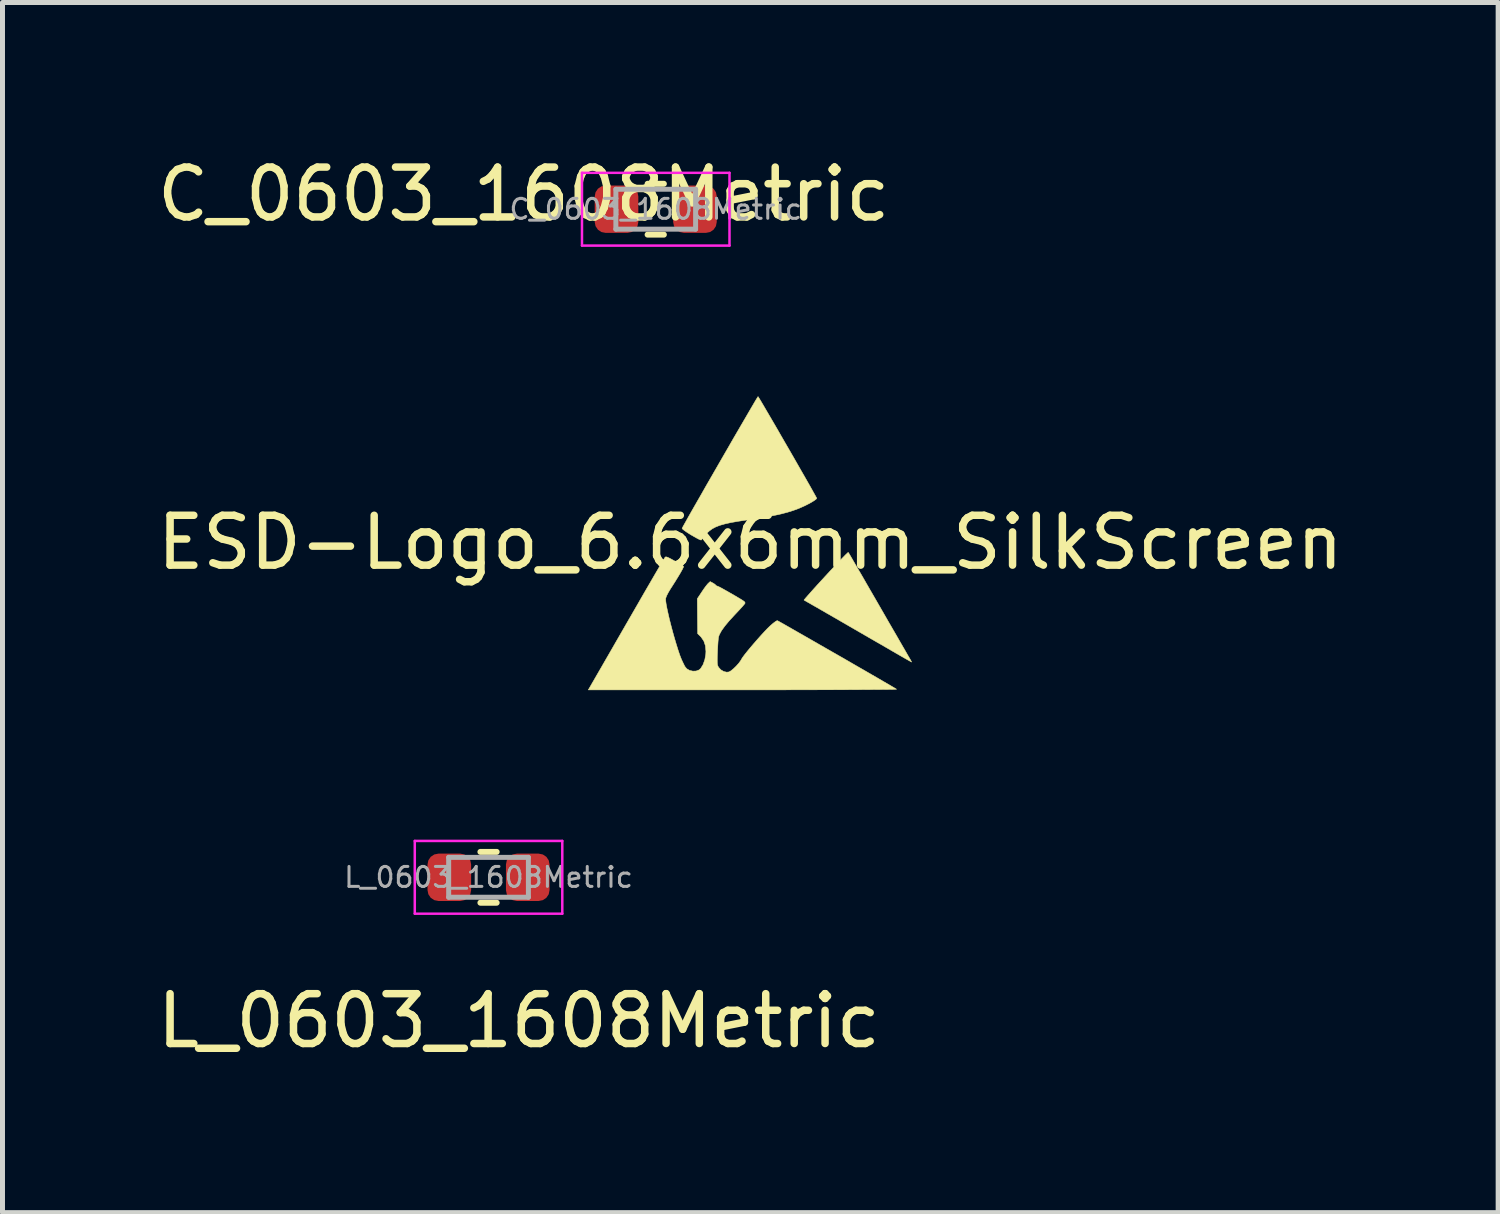
<source format=kicad_pcb>
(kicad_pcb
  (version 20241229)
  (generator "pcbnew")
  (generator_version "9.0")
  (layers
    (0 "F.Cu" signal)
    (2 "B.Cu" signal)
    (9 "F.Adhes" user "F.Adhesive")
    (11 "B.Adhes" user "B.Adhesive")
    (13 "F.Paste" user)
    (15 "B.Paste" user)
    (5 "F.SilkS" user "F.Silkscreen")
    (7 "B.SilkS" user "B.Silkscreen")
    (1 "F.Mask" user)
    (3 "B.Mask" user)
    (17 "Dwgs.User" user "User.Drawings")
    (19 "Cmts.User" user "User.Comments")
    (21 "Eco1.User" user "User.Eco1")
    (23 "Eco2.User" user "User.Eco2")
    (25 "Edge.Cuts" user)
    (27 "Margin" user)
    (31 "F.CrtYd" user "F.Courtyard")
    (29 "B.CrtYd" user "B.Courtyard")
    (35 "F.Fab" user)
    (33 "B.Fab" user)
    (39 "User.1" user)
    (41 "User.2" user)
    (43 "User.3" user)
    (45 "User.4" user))
  (footprint "ESD-Logo_6.6x6mm_SilkScreen"
    (layer "F.Cu")
    (at 12.006 7.835)
    (property "Reference" "ESD-Logo_6.6x6mm_SilkScreen" (at 0 0 0) (layer "F.SilkS") (effects (font (size 1 1) (thickness 0.15))))
    (attr exclude_from_pos_files exclude_from_bom)
    (fp_poly (pts (xy 1.988 0.235) (xy 1.999 0.254) (xy 2.024 0.297) (xy 2.063 0.364) (xy 2.113 0.45) (xy 2.174 0.555) (xy 2.244 0.675) (xy 2.321 0.809) (xy 2.405 0.955) (xy 2.495 1.11) (xy 2.587 1.27) (xy 2.681 1.433) (xy 2.771 1.59) (xy 2.857 1.738) (xy 2.936 1.874) (xy 3.007 1.998) (xy 3.069 2.105) (xy 3.121 2.195) (xy 3.161 2.265) (xy 3.189 2.313) (xy 3.202 2.335) (xy 3.223 2.372) (xy 3.234 2.396) (xy 3.235 2.4) (xy 3.221 2.392) (xy 3.182 2.37) (xy 3.12 2.335) (xy 3.038 2.288) (xy 2.937 2.23) (xy 2.82 2.162) (xy 2.688 2.085) (xy 2.543 2.002) (xy 2.387 1.912) (xy 2.223 1.817) (xy 2.161 1.781) (xy 1.993 1.684) (xy 1.834 1.592) (xy 1.684 1.505) (xy 1.546 1.426) (xy 1.422 1.354) (xy 1.314 1.292) (xy 1.223 1.24) (xy 1.153 1.2) (xy 1.104 1.172) (xy 1.08 1.158) (xy 1.077 1.157) (xy 1.085 1.145) (xy 1.111 1.114) (xy 1.153 1.066) (xy 1.208 1.004) (xy 1.274 0.93) (xy 1.347 0.849) (xy 1.426 0.763) (xy 1.508 0.674) (xy 1.589 0.586) (xy 1.668 0.502) (xy 1.741 0.423) (xy 1.807 0.354) (xy 1.862 0.298) (xy 1.903 0.256) (xy 1.917 0.242) (xy 1.964 0.198) (xy 1.988 0.235)) (stroke (width 0.01) (type solid)) (fill yes) (layer "F.SilkS"))
    (fp_poly (pts (xy 0.164 -2.914) (xy 0.187 -2.877) (xy 0.223 -2.817) (xy 0.269 -2.739) (xy 0.325 -2.643) (xy 0.389 -2.534) (xy 0.46 -2.412) (xy 0.536 -2.282) (xy 0.615 -2.144) (xy 0.697 -2.002) (xy 0.78 -1.859) (xy 0.862 -1.717) (xy 0.942 -1.577) (xy 1.018 -1.444) (xy 1.09 -1.319) (xy 1.155 -1.205) (xy 1.212 -1.105) (xy 1.259 -1.02) (xy 1.296 -0.954) (xy 1.321 -0.909) (xy 1.332 -0.888) (xy 1.332 -0.886) (xy 1.319 -0.868) (xy 1.281 -0.84) (xy 1.224 -0.805) (xy 1.152 -0.766) (xy 1.077 -0.729) (xy 0.975 -0.684) (xy 0.867 -0.644) (xy 0.75 -0.607) (xy 0.621 -0.573) (xy 0.475 -0.541) (xy 0.309 -0.51) (xy 0.119 -0.479) (xy -0.078 -0.45) (xy -0.248 -0.424) (xy -0.391 -0.399) (xy -0.511 -0.372) (xy -0.61 -0.344) (xy -0.693 -0.312) (xy -0.763 -0.275) (xy -0.823 -0.231) (xy -0.878 -0.181) (xy -0.896 -0.162) (xy -0.934 -0.119) (xy -0.962 -0.083) (xy -0.975 -0.062) (xy -0.976 -0.061) (xy -0.98 -0.05) (xy -0.996 -0.05) (xy -1.027 -0.062) (xy -1.075 -0.087) (xy -1.144 -0.126) (xy -1.193 -0.154) (xy -1.264 -0.199) (xy -1.32 -0.237) (xy -1.356 -0.266) (xy -1.369 -0.283) (xy -1.369 -0.283) (xy -1.361 -0.299) (xy -1.339 -0.34) (xy -1.304 -0.402) (xy -1.258 -0.485) (xy -1.201 -0.586) (xy -1.135 -0.702) (xy -1.061 -0.831) (xy -0.98 -0.972) (xy -0.895 -1.122) (xy -0.805 -1.278) (xy -0.713 -1.438) (xy -0.619 -1.601) (xy -0.525 -1.764) (xy -0.432 -1.925) (xy -0.342 -2.082) (xy -0.255 -2.231) (xy -0.173 -2.372) (xy -0.097 -2.502) (xy -0.029 -2.619) (xy 0.03 -2.72) (xy 0.079 -2.804) (xy 0.117 -2.868) (xy 0.143 -2.909) (xy 0.154 -2.927) (xy 0.155 -2.927) (xy 0.164 -2.914)) (stroke (width 0.01) (type solid)) (fill yes) (layer "F.SilkS"))
    (fp_poly (pts (xy -1.678 0.291) (xy -1.645 0.304) (xy -1.596 0.329) (xy -1.525 0.368) (xy -1.519 0.371) (xy -1.454 0.408) (xy -1.398 0.441) (xy -1.359 0.466) (xy -1.34 0.48) (xy -1.339 0.48) (xy -1.344 0.499) (xy -1.365 0.542) (xy -1.4 0.605) (xy -1.449 0.687) (xy -1.509 0.785) (xy -1.581 0.898) (xy -1.599 0.925) (xy -1.645 1.002) (xy -1.679 1.068) (xy -1.697 1.117) (xy -1.699 1.127) (xy -1.698 1.169) (xy -1.689 1.237) (xy -1.672 1.326) (xy -1.649 1.431) (xy -1.622 1.548) (xy -1.59 1.673) (xy -1.556 1.801) (xy -1.52 1.928) (xy -1.484 2.049) (xy -1.449 2.161) (xy -1.416 2.259) (xy -1.385 2.338) (xy -1.364 2.385) (xy -1.34 2.435) (xy -1.316 2.483) (xy -1.315 2.486) (xy -1.276 2.534) (xy -1.22 2.567) (xy -1.154 2.582) (xy -1.088 2.58) (xy -1.029 2.558) (xy -0.996 2.529) (xy -0.948 2.451) (xy -0.913 2.352) (xy -0.894 2.245) (xy -0.891 2.184) (xy -0.902 2.07) (xy -0.934 1.976) (xy -0.989 1.896) (xy -1.006 1.879) (xy -1.057 1.829) (xy -1.061 1.479) (xy -1.064 1.129) (xy -0.975 0.995) (xy -0.933 0.933) (xy -0.893 0.878) (xy -0.86 0.837) (xy -0.846 0.822) (xy -0.806 0.785) (xy -0.751 0.814) (xy -0.717 0.835) (xy -0.698 0.851) (xy -0.697 0.854) (xy -0.684 0.867) (xy -0.662 0.876) (xy -0.641 0.884) (xy -0.608 0.9) (xy -0.562 0.925) (xy -0.498 0.961) (xy -0.415 1.008) (xy -0.309 1.069) (xy -0.252 1.103) (xy -0.184 1.143) (xy -0.14 1.172) (xy -0.115 1.192) (xy -0.106 1.208) (xy -0.107 1.222) (xy -0.109 1.225) (xy -0.125 1.245) (xy -0.158 1.284) (xy -0.205 1.336) (xy -0.262 1.397) (xy -0.311 1.449) (xy -0.425 1.573) (xy -0.514 1.68) (xy -0.579 1.771) (xy -0.621 1.849) (xy -0.635 1.888) (xy -0.641 1.922) (xy -0.647 1.981) (xy -0.652 2.057) (xy -0.657 2.144) (xy -0.659 2.199) (xy -0.663 2.294) (xy -0.664 2.364) (xy -0.663 2.413) (xy -0.66 2.448) (xy -0.653 2.473) (xy -0.644 2.493) (xy -0.636 2.506) (xy -0.592 2.555) (xy -0.534 2.589) (xy -0.474 2.603) (xy -0.429 2.598) (xy -0.388 2.575) (xy -0.337 2.533) (xy -0.283 2.481) (xy -0.233 2.425) (xy -0.194 2.372) (xy -0.179 2.346) (xy -0.158 2.311) (xy -0.118 2.257) (xy -0.065 2.19) (xy -0.001 2.112) (xy 0.07 2.029) (xy 0.144 1.944) (xy 0.218 1.861) (xy 0.288 1.785) (xy 0.35 1.72) (xy 0.399 1.673) (xy 0.454 1.625) (xy 0.5 1.59) (xy 0.532 1.571) (xy 0.542 1.569) (xy 0.559 1.577) (xy 0.6 1.6) (xy 0.663 1.635) (xy 0.745 1.682) (xy 0.845 1.739) (xy 0.96 1.805) (xy 1.088 1.878) (xy 1.226 1.957) (xy 1.372 2.041) (xy 1.524 2.128) (xy 1.679 2.217) (xy 1.835 2.306) (xy 1.989 2.395) (xy 2.139 2.482) (xy 2.284 2.565) (xy 2.42 2.644) (xy 2.545 2.716) (xy 2.656 2.781) (xy 2.753 2.837) (xy 2.831 2.883) (xy 2.889 2.917) (xy 2.924 2.938) (xy 2.934 2.945) (xy 2.92 2.946) (xy 2.877 2.948) (xy 2.806 2.949) (xy 2.708 2.95) (xy 2.584 2.951) (xy 2.437 2.952) (xy 2.268 2.953) (xy 2.078 2.954) (xy 1.868 2.955) (xy 1.64 2.956) (xy 1.396 2.956) (xy 1.137 2.957) (xy 0.864 2.957) (xy 0.579 2.958) (xy 0.282 2.958) (xy -0.023 2.958) (xy -0.151 2.958) (xy -3.251 2.958) (xy -3.03 2.575) (xy -2.983 2.494) (xy -2.923 2.389) (xy -2.851 2.265) (xy -2.77 2.124) (xy -2.682 1.971) (xy -2.588 1.808) (xy -2.491 1.639) (xy -2.392 1.468) (xy -2.294 1.298) (xy -2.269 1.255) (xy -2.179 1.098) (xy -2.093 0.949) (xy -2.012 0.81) (xy -1.938 0.682) (xy -1.872 0.569) (xy -1.816 0.473) (xy -1.77 0.395) (xy -1.736 0.338) (xy -1.716 0.305) (xy -1.71 0.296) (xy -1.698 0.289) (xy -1.678 0.291)) (stroke (width 0.01) (type solid)) (fill yes) (layer "F.SilkS")))
  (footprint "C_0603_1608Metric"
    (layer "F.Cu")
    (at 10.108 1.148)
    (property "Reference" "C_0603_1608Metric" (at -2.65 -0.3 180) (layer "F.SilkS") (effects (font (size 1 1) (thickness 0.15))))
    (attr smd)
    (fp_line (start -0.163 -0.51) (end 0.163 -0.51) (stroke (width 0.12) (type solid)) (layer "F.SilkS"))
    (fp_line (start -0.163 0.51) (end 0.163 0.51) (stroke (width 0.12) (type solid)) (layer "F.SilkS"))
    (fp_line (start -1.48 -0.73) (end 1.48 -0.73) (stroke (width 0.05) (type solid)) (layer "F.CrtYd"))
    (fp_line (start -1.48 0.73) (end -1.48 -0.73) (stroke (width 0.05) (type solid)) (layer "F.CrtYd"))
    (fp_line (start 1.48 -0.73) (end 1.48 0.73) (stroke (width 0.05) (type solid)) (layer "F.CrtYd"))
    (fp_line (start 1.48 0.73) (end -1.48 0.73) (stroke (width 0.05) (type solid)) (layer "F.CrtYd"))
    (fp_line (start -0.8 -0.4) (end 0.8 -0.4) (stroke (width 0.1) (type solid)) (layer "F.Fab"))
    (fp_line (start -0.8 0.4) (end -0.8 -0.4) (stroke (width 0.1) (type solid)) (layer "F.Fab"))
    (fp_line (start 0.8 -0.4) (end 0.8 0.4) (stroke (width 0.1) (type solid)) (layer "F.Fab"))
    (fp_line (start 0.8 0.4) (end -0.8 0.4) (stroke (width 0.1) (type solid)) (layer "F.Fab"))
    (fp_text user "${REFERENCE}" (at 0 0 180) (layer "F.Fab") (effects (font (size 0.4 0.4) (thickness 0.06))))
    (pad "1" smd roundrect (at -0.787 0) (size 0.875 0.95) (layers "F.Cu" "F.Mask" "F.Paste") (roundrect_rratio 0.25))
    (pad "2" smd roundrect (at 0.787 0) (size 0.875 0.95) (layers "F.Cu" "F.Mask" "F.Paste") (roundrect_rratio 0.25)))
  (footprint "L_0603_1608Metric"
    (layer "F.Cu")
    (at 6.753 14.554)
    (property "Reference" "L_0603_1608Metric" (at 0.61 2.88 0) (layer "F.SilkS") (effects (font (size 1 1) (thickness 0.15))))
    (attr smd)
    (fp_line (start -0.163 -0.51) (end 0.163 -0.51) (stroke (width 0.12) (type solid)) (layer "F.SilkS"))
    (fp_line (start -0.163 0.51) (end 0.163 0.51) (stroke (width 0.12) (type solid)) (layer "F.SilkS"))
    (fp_line (start -1.48 -0.73) (end 1.48 -0.73) (stroke (width 0.05) (type solid)) (layer "F.CrtYd"))
    (fp_line (start -1.48 0.73) (end -1.48 -0.73) (stroke (width 0.05) (type solid)) (layer "F.CrtYd"))
    (fp_line (start 1.48 -0.73) (end 1.48 0.73) (stroke (width 0.05) (type solid)) (layer "F.CrtYd"))
    (fp_line (start 1.48 0.73) (end -1.48 0.73) (stroke (width 0.05) (type solid)) (layer "F.CrtYd"))
    (fp_line (start -0.8 -0.4) (end 0.8 -0.4) (stroke (width 0.1) (type solid)) (layer "F.Fab"))
    (fp_line (start -0.8 0.4) (end -0.8 -0.4) (stroke (width 0.1) (type solid)) (layer "F.Fab"))
    (fp_line (start 0.8 -0.4) (end 0.8 0.4) (stroke (width 0.1) (type solid)) (layer "F.Fab"))
    (fp_line (start 0.8 0.4) (end -0.8 0.4) (stroke (width 0.1) (type solid)) (layer "F.Fab"))
    (fp_text user "${REFERENCE}" (at 0 0 0) (layer "F.Fab") (effects (font (size 0.4 0.4) (thickness 0.06))))
    (pad "1" smd roundrect (at -0.787 0) (size 0.875 0.95) (layers "F.Cu" "F.Mask" "F.Paste") (roundrect_rratio 0.25))
    (pad "2" smd roundrect (at 0.787 0) (size 0.875 0.95) (layers "F.Cu" "F.Mask" "F.Paste") (roundrect_rratio 0.25)))
  (gr_rect
    (start -3 -3)
    (end 27.012 21.282)
    (stroke (width 0.1) (type default))
    (fill no)
    (layer "Edge.Cuts")))
</source>
